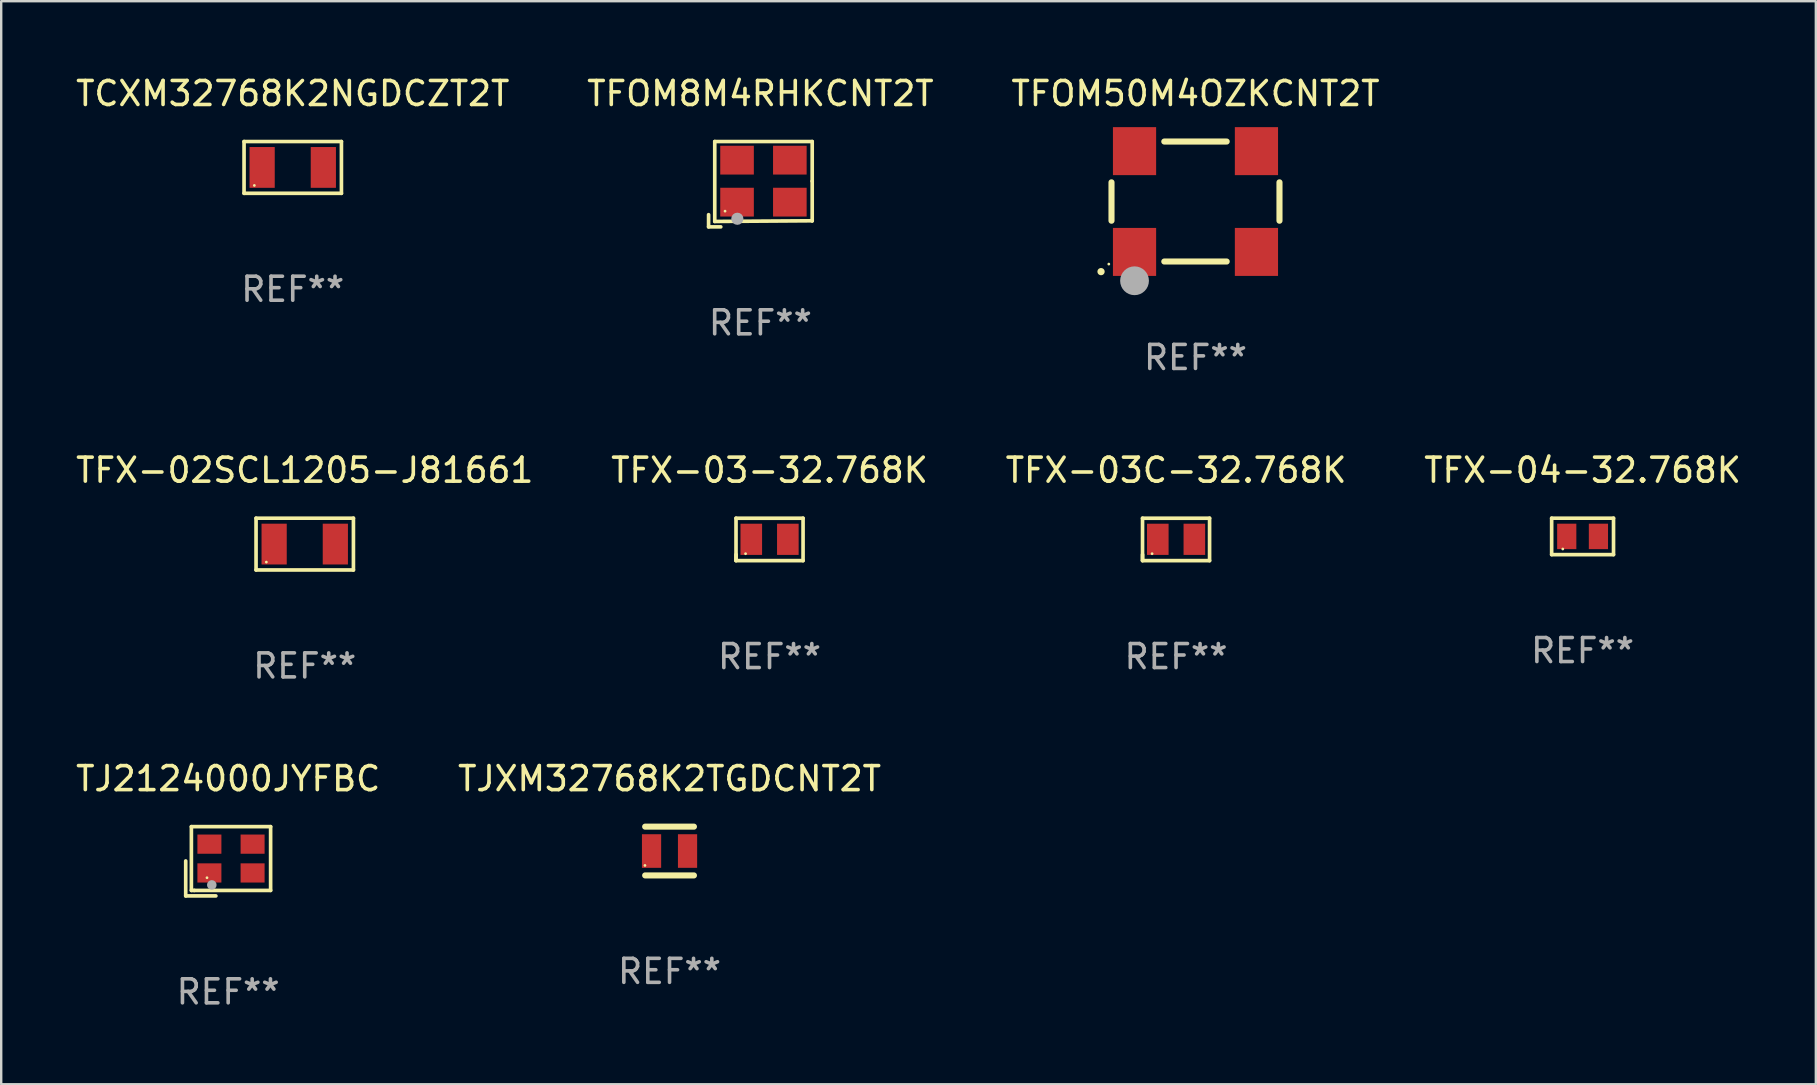
<source format=kicad_pcb>
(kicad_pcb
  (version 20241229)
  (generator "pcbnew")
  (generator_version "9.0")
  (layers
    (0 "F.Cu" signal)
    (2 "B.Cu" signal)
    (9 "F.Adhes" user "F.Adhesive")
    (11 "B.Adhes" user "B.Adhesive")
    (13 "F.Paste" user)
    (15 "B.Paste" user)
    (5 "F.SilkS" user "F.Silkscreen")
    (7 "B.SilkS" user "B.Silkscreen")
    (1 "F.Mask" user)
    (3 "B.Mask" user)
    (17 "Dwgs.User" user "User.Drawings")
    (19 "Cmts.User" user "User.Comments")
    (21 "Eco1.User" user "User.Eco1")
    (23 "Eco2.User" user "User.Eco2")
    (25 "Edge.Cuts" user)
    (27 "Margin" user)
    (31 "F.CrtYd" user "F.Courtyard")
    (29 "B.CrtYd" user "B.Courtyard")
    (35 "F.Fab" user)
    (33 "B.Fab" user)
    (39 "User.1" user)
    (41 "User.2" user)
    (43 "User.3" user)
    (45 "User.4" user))
  (footprint "TJ2124000JYFBC"
    (layer "F.Cu")
    (at 6.458 32.841)
    (property "Reference" "TJ2124000JYFBC" (at 0 -3.443 0) (layer "F.SilkS") (effects (font (size 1 1) (thickness 0.15))))
    (attr through_hole)
    (fp_line (start -1.769 -0.014) (end -1.769 1.443) (stroke (width 0.152) (type solid)) (layer "F.SilkS"))
    (fp_line (start -1.769 1.443) (end -0.512 1.443) (stroke (width 0.152) (type solid)) (layer "F.SilkS"))
    (fp_line (start -1.533 -1.443) (end 1.769 -1.443) (stroke (width 0.152) (type solid)) (layer "F.SilkS"))
    (fp_line (start -1.533 1.214) (end -1.533 -1.443) (stroke (width 0.152) (type solid)) (layer "F.SilkS"))
    (fp_line (start -1.411 1.214) (end -1.533 1.214) (stroke (width 0.152) (type solid)) (layer "F.SilkS"))
    (fp_line (start 1.769 -1.443) (end 1.769 1.214) (stroke (width 0.152) (type solid)) (layer "F.SilkS"))
    (fp_line (start 1.769 1.214) (end -1.411 1.214) (stroke (width 0.152) (type solid)) (layer "F.SilkS"))
    (fp_circle (center -0.882 0.686) (end -0.852 0.686) (stroke (width 0.06) (type solid)) (fill no) (layer "F.SilkS"))
    (fp_circle (center -0.682 0.986) (end -0.582 0.986) (stroke (width 0.2) (type solid)) (fill no) (layer "F.Fab"))
    (fp_text user "REF**" (at 0 5.443 0) (layer "F.Fab") (effects (font (size 1 1) (thickness 0.15))))
    (pad "1" smd rect (at -0.782 0.486 90) (size 0.8 1) (layers "F.Cu" "F.Mask" "F.Paste"))
    (pad "2" smd rect (at 1.018 0.486 90) (size 0.8 1) (layers "F.Cu" "F.Mask" "F.Paste"))
    (pad "3" smd rect (at 1.018 -0.714 90) (size 0.8 1) (layers "F.Cu" "F.Mask" "F.Paste"))
    (pad "4" smd rect (at -0.782 -0.714 90) (size 0.8 1) (layers "F.Cu" "F.Mask" "F.Paste")))
  (footprint "TFOM8M4RHKCNT2T"
    (layer "F.Cu")
    (at 28.637 4.626)
    (property "Reference" "TFOM8M4RHKCNT2T" (at 0 -3.778 0) (layer "F.SilkS") (effects (font (size 1 1) (thickness 0.15))))
    (attr through_hole)
    (fp_line (start -2.159 1.27) (end -2.159 1.778) (stroke (width 0.152) (type solid)) (layer "F.SilkS"))
    (fp_line (start -2.159 1.778) (end -1.651 1.778) (stroke (width 0.152) (type solid)) (layer "F.SilkS"))
    (fp_line (start -1.902 -1.778) (end 2.159 -1.778) (stroke (width 0.152) (type solid)) (layer "F.SilkS"))
    (fp_line (start -1.902 1.552) (end -1.902 -1.778) (stroke (width 0.152) (type solid)) (layer "F.SilkS"))
    (fp_line (start 2.159 -1.778) (end 2.159 -0.127) (stroke (width 0.152) (type solid)) (layer "F.SilkS"))
    (fp_line (start 2.159 -0.127) (end 2.159 1.524) (stroke (width 0.152) (type solid)) (layer "F.SilkS"))
    (fp_line (start 2.159 1.524) (end -1.902 1.552) (stroke (width 0.152) (type solid)) (layer "F.SilkS"))
    (fp_line (start 2.159 1.524) (end 2.159 1.524) (stroke (width 0.152) (type solid)) (layer "F.SilkS"))
    (fp_circle (center -1.473 1.123) (end -1.443 1.123) (stroke (width 0.06) (type solid)) (fill no) (layer "F.SilkS"))
    (fp_circle (center -0.961 1.44) (end -0.834 1.44) (stroke (width 0.254) (type solid)) (fill no) (layer "F.Fab"))
    (fp_text user "REF**" (at 0 5.778 0) (layer "F.Fab") (effects (font (size 1 1) (thickness 0.15))))
    (pad "1" smd rect (at -0.973 0.748) (size 1.4 1.2) (layers "F.Cu" "F.Mask" "F.Paste"))
    (pad "2" smd rect (at 1.227 0.748) (size 1.4 1.2) (layers "F.Cu" "F.Mask" "F.Paste"))
    (pad "3" smd rect (at 1.227 -1.002) (size 1.4 1.2) (layers "F.Cu" "F.Mask" "F.Paste"))
    (pad "4" smd rect (at -0.973 -1.002) (size 1.4 1.2) (layers "F.Cu" "F.Mask" "F.Paste")))
  (footprint "TFOM50M4OZKCNT2T"
    (layer "F.Cu")
    (at 46.768 5.348)
    (property "Reference" "TFOM50M4OZKCNT2T" (at 0 -4.5 0) (layer "F.SilkS") (effects (font (size 1 1) (thickness 0.15))))
    (attr through_hole)
    (fp_line (start -3.5 -0.8) (end -3.5 0.8) (stroke (width 0.254) (type solid)) (layer "F.SilkS"))
    (fp_line (start -1.3 -2.5) (end 1.3 -2.5) (stroke (width 0.254) (type solid)) (layer "F.SilkS"))
    (fp_line (start -1.3 2.5) (end 1.3 2.5) (stroke (width 0.254) (type solid)) (layer "F.SilkS"))
    (fp_line (start 3.5 -0.8) (end 3.5 0.8) (stroke (width 0.254) (type solid)) (layer "F.SilkS"))
    (fp_arc (start -3.937008 2.921006) (mid -3.935738 2.921001) (end -3.934468 2.921006) (stroke (width 0.3) (type solid)) (layer "F.SilkS"))
    (fp_circle (center -3.612 2.607) (end -3.582 2.607) (stroke (width 0.06) (type solid)) (fill no) (layer "F.SilkS"))
    (fp_circle (center -2.54 3.302) (end -2.24 3.302) (stroke (width 0.6) (type solid)) (fill no) (layer "F.Fab"))
    (fp_text user "REF**" (at 0 6.5 0) (layer "F.Fab") (effects (font (size 1 1) (thickness 0.15))))
    (pad "1" smd rect (at -2.54 2.1) (size 1.8 2) (layers "F.Cu" "F.Mask" "F.Paste"))
    (pad "2" smd rect (at 2.54 2.1) (size 1.8 2) (layers "F.Cu" "F.Mask" "F.Paste"))
    (pad "3" smd rect (at 2.54 -2.1) (size 1.8 2) (layers "F.Cu" "F.Mask" "F.Paste"))
    (pad "4" smd rect (at -2.54 -2.1) (size 1.8 2) (layers "F.Cu" "F.Mask" "F.Paste")))
  (footprint "TFX-04-32.768K"
    (layer "F.Cu")
    (at 62.899 19.303)
    (property "Reference" "TFX-04-32.768K" (at 0 -2.759 0) (layer "F.SilkS") (effects (font (size 1 1) (thickness 0.15))))
    (attr through_hole)
    (fp_line (start -1.289 -0.759) (end 1.289 -0.759) (stroke (width 0.152) (type solid)) (layer "F.SilkS"))
    (fp_line (start -1.289 0.759) (end -1.289 -0.759) (stroke (width 0.152) (type solid)) (layer "F.SilkS"))
    (fp_line (start 1.289 -0.759) (end 1.289 0.759) (stroke (width 0.152) (type solid)) (layer "F.SilkS"))
    (fp_line (start 1.289 0.759) (end -1.289 0.759) (stroke (width 0.152) (type solid)) (layer "F.SilkS"))
    (fp_circle (center -0.825 0.525) (end -0.795 0.525) (stroke (width 0.06) (type solid)) (fill no) (layer "F.SilkS"))
    (fp_text user "REF**" (at 0 4.759 0) (layer "F.Fab") (effects (font (size 1 1) (thickness 0.15))))
    (pad "1" smd rect (at -0.66 0) (size 0.8 1.06) (layers "F.Cu" "F.Mask" "F.Paste"))
    (pad "2" smd rect (at 0.66 0) (size 0.8 1.06) (layers "F.Cu" "F.Mask" "F.Paste")))
  (footprint "TFX-03-32.768K"
    (layer "F.Cu")
    (at 29.018 19.429)
    (property "Reference" "TFX-03-32.768K" (at 0 -2.884 0) (layer "F.SilkS") (effects (font (size 1 1) (thickness 0.15))))
    (attr through_hole)
    (fp_line (start -1.397 -0.884) (end 1.397 -0.884) (stroke (width 0.152) (type solid)) (layer "F.SilkS"))
    (fp_line (start -1.397 0.874) (end -1.397 -0.884) (stroke (width 0.152) (type solid)) (layer "F.SilkS"))
    (fp_line (start -1.397 0.884) (end -1.396 0.63) (stroke (width 0.152) (type solid)) (layer "F.SilkS"))
    (fp_line (start 1.397 -0.884) (end 1.397 0.884) (stroke (width 0.152) (type solid)) (layer "F.SilkS"))
    (fp_line (start 1.397 0.884) (end -1.397 0.884) (stroke (width 0.152) (type solid)) (layer "F.SilkS"))
    (fp_circle (center -0.999 0.595) (end -0.969 0.595) (stroke (width 0.06) (type solid)) (fill no) (layer "F.SilkS"))
    (fp_text user "REF**" (at 0 4.884 0) (layer "F.Fab") (effects (font (size 1 1) (thickness 0.15))))
    (pad "1" smd rect (at -0.761 -0.005) (size 0.9 1.3) (layers "F.Cu" "F.Mask" "F.Paste"))
    (pad "2" smd rect (at 0.763 -0.005) (size 0.9 1.3) (layers "F.Cu" "F.Mask" "F.Paste")))
  (footprint "TFX-03C-32.768K"
    (layer "F.Cu")
    (at 45.958 19.429)
    (property "Reference" "TFX-03C-32.768K" (at 0 -2.884 0) (layer "F.SilkS") (effects (font (size 1 1) (thickness 0.15))))
    (attr through_hole)
    (fp_line (start -1.397 -0.884) (end 1.397 -0.884) (stroke (width 0.152) (type solid)) (layer "F.SilkS"))
    (fp_line (start -1.397 0.874) (end -1.397 -0.884) (stroke (width 0.152) (type solid)) (layer "F.SilkS"))
    (fp_line (start -1.397 0.884) (end -1.396 0.63) (stroke (width 0.152) (type solid)) (layer "F.SilkS"))
    (fp_line (start 1.397 -0.884) (end 1.397 0.884) (stroke (width 0.152) (type solid)) (layer "F.SilkS"))
    (fp_line (start 1.397 0.884) (end -1.397 0.884) (stroke (width 0.152) (type solid)) (layer "F.SilkS"))
    (fp_circle (center -0.999 0.595) (end -0.969 0.595) (stroke (width 0.06) (type solid)) (fill no) (layer "F.SilkS"))
    (fp_text user "REF**" (at 0 4.884 0) (layer "F.Fab") (effects (font (size 1 1) (thickness 0.15))))
    (pad "1" smd rect (at -0.761 -0.005) (size 0.9 1.3) (layers "F.Cu" "F.Mask" "F.Paste"))
    (pad "2" smd rect (at 0.763 -0.005) (size 0.9 1.3) (layers "F.Cu" "F.Mask" "F.Paste")))
  (footprint "TFX-02SCL1205-J81661"
    (layer "F.Cu")
    (at 9.649 19.623)
    (property "Reference" "TFX-02SCL1205-J81661" (at 0 -3.079 0) (layer "F.SilkS") (effects (font (size 1 1) (thickness 0.15))))
    (attr through_hole)
    (fp_line (start -2.029 -1.079) (end 2.029 -1.079) (stroke (width 0.152) (type solid)) (layer "F.SilkS"))
    (fp_line (start -2.029 1.079) (end -2.029 -1.079) (stroke (width 0.152) (type solid)) (layer "F.SilkS"))
    (fp_line (start 2.029 -1.079) (end 2.029 1.079) (stroke (width 0.152) (type solid)) (layer "F.SilkS"))
    (fp_line (start 2.029 1.079) (end -2.029 1.079) (stroke (width 0.152) (type solid)) (layer "F.SilkS"))
    (fp_circle (center -1.6 0.75) (end -1.57 0.75) (stroke (width 0.06) (type solid)) (fill no) (layer "F.SilkS"))
    (fp_text user "REF**" (at 0 5.079 0) (layer "F.Fab") (effects (font (size 1 1) (thickness 0.15))))
    (pad "1" smd rect (at -1.275 0) (size 1.05 1.7) (layers "F.Cu" "F.Mask" "F.Paste"))
    (pad "2" smd rect (at 1.275 0) (size 1.05 1.7) (layers "F.Cu" "F.Mask" "F.Paste")))
  (footprint "TJXM32768K2TGDCNT2T"
    (layer "F.Cu")
    (at 24.851 32.414)
    (property "Reference" "TJXM32768K2TGDCNT2T" (at 0 -3.016 0) (layer "F.SilkS") (effects (font (size 1 1) (thickness 0.15))))
    (attr through_hole)
    (fp_line (start -1.016 -1.016) (end 1.016 -1.016) (stroke (width 0.254) (type solid)) (layer "F.SilkS"))
    (fp_line (start 1.016 1.016) (end -1.016 1.016) (stroke (width 0.254) (type solid)) (layer "F.SilkS"))
    (fp_circle (center -1.025 0.6) (end -0.995 0.6) (stroke (width 0.06) (type solid)) (fill no) (layer "F.SilkS"))
    (fp_text user "REF**" (at 0 5.016 0) (layer "F.Fab") (effects (font (size 1 1) (thickness 0.15))))
    (pad "1" smd rect (at -0.75 0) (size 0.8 1.4) (layers "F.Cu" "F.Mask" "F.Paste"))
    (pad "2" smd rect (at 0.75 0) (size 0.8 1.4) (layers "F.Cu" "F.Mask" "F.Paste")))
  (footprint "TCXM32768K2NGDCZT2T"
    (layer "F.Cu")
    (at 9.149 3.927)
    (property "Reference" "TCXM32768K2NGDCZT2T" (at 0 -3.079 0) (layer "F.SilkS") (effects (font (size 1 1) (thickness 0.15))))
    (attr through_hole)
    (fp_line (start -2.029 -1.079) (end 2.029 -1.079) (stroke (width 0.152) (type solid)) (layer "F.SilkS"))
    (fp_line (start -2.029 1.079) (end -2.029 -1.079) (stroke (width 0.152) (type solid)) (layer "F.SilkS"))
    (fp_line (start 2.029 -1.079) (end 2.029 1.079) (stroke (width 0.152) (type solid)) (layer "F.SilkS"))
    (fp_line (start 2.029 1.079) (end -2.029 1.079) (stroke (width 0.152) (type solid)) (layer "F.SilkS"))
    (fp_circle (center -1.6 0.75) (end -1.57 0.75) (stroke (width 0.06) (type solid)) (fill no) (layer "F.SilkS"))
    (fp_text user "REF**" (at 0 5.079 0) (layer "F.Fab") (effects (font (size 1 1) (thickness 0.15))))
    (pad "1" smd rect (at -1.275 0) (size 1.05 1.7) (layers "F.Cu" "F.Mask" "F.Paste"))
    (pad "2" smd rect (at 1.275 0) (size 1.05 1.7) (layers "F.Cu" "F.Mask" "F.Paste")))
  (gr_rect
    (start -3 -3)
    (end 72.619 42.132)
    (stroke (width 0.1) (type default))
    (fill no)
    (layer "Edge.Cuts")))
</source>
